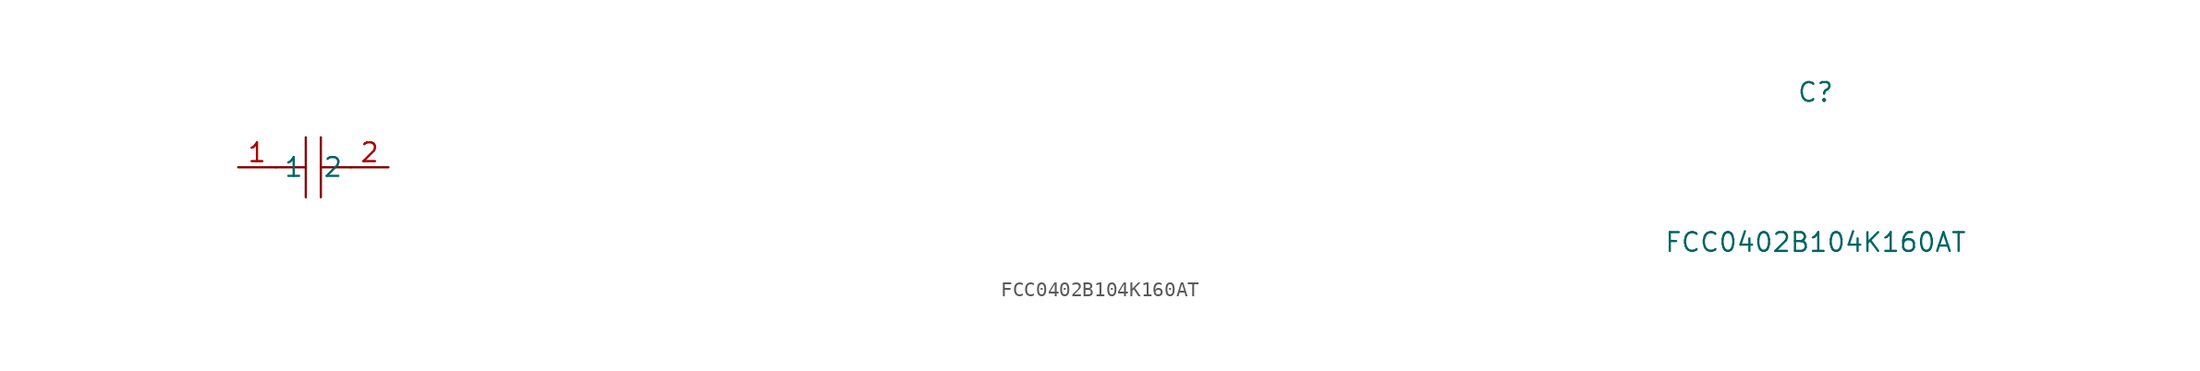
<source format=kicad_sym>
(kicad_symbol_lib
  (version 1)
  (generator "faebryk")
  (symbol "FCC0402B104K160AT"
    (property "Reference" "C"
      (at 0 81.28 0)
      (effects (font (size 1.27 1.27)) (hide no)))
    (property "Value" "FCC0402B104K160AT"
      (at 0 71.12 0)
      (effects (font (size 1.27 1.27)) (hide no)))
    (symbol "FCC0402B104K160AT_0_1"
      (polyline (stroke (width 0) (type default) (color 0 0 0 0)) (fill (type none)) (pts (xy -102.11 74.17) (xy -102.11 78.23)))
      (polyline (stroke (width 0) (type default) (color 0 0 0 0)) (fill (type none)) (pts (xy -99.06 76.2) (xy -101.09 76.2)))
      (polyline (stroke (width 0) (type default) (color 0 0 0 0)) (fill (type none)) (pts (xy -101.09 78.23) (xy -101.09 74.17)))
      (polyline (stroke (width 0) (type default) (color 0 0 0 0)) (fill (type none)) (pts (xy -102.11 76.2) (xy -104.14 76.2)))
      (pin unspecified line (at -106.68 76.2 0) (length 2.54) (name "1" (effects (font (size 1.27 1.27)) (hide no))) (number "1" (effects (font (size 1.27 1.27)) (hide no))))
      (pin unspecified line (at -96.52 76.2 180) (length 2.54) (name "2" (effects (font (size 1.27 1.27)) (hide no))) (number "2" (effects (font (size 1.27 1.27)) (hide no)))))))
</source>
